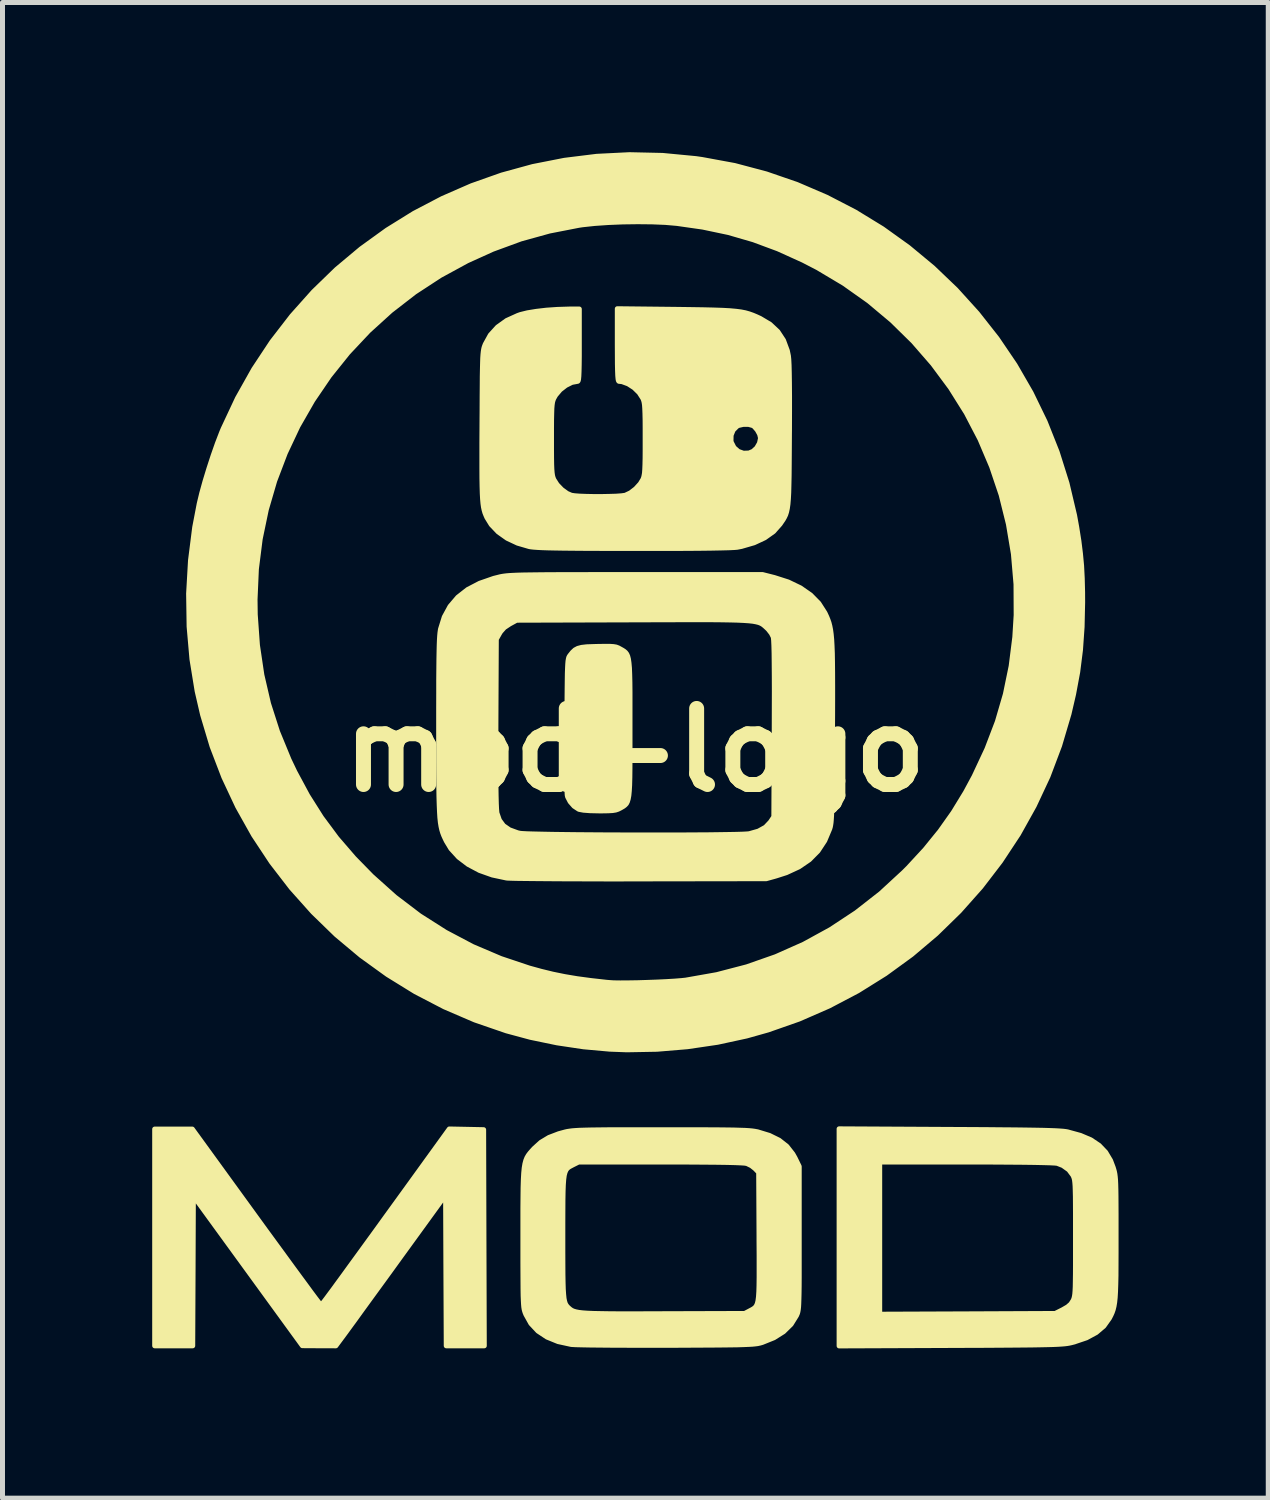
<source format=kicad_pcb>
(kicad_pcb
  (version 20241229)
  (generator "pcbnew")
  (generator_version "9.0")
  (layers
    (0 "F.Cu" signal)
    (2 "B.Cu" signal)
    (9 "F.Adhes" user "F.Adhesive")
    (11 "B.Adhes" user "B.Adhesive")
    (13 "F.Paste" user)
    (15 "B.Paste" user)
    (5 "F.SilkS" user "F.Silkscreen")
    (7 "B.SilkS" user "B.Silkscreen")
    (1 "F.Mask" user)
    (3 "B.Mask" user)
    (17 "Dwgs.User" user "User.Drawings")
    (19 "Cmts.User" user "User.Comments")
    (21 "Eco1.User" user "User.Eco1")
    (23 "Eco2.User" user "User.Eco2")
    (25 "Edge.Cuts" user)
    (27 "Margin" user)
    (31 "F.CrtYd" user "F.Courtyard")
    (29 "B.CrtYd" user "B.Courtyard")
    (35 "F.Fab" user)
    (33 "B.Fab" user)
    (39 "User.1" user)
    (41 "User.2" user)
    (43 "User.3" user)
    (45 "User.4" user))
  (footprint "mod-logo"
    (layer "F.Cu")
    (at 9.677 11.982)
    (property "Reference" "mod-logo" (at 0 0 0) (layer "F.SilkS") (effects (font (size 1.524 1.524) (thickness 0.3))))
    (attr through_hole)
    (fp_poly (pts (xy -3.022 11.938) (xy -3.403 11.938) (xy -3.784 11.938) (xy -3.791 10.425) (xy -3.797 8.912) (xy -4.724 10.19) (xy -4.893 10.424) (xy -5.058 10.651) (xy -5.216 10.868) (xy -5.363 11.07) (xy -5.496 11.253) (xy -5.611 11.413) (xy -5.707 11.544) (xy -5.779 11.643) (xy -5.823 11.703) (xy -5.997 11.938) (xy -6.332 11.937) (xy -6.668 11.935) (xy -7.76 10.433) (xy -8.852 8.931) (xy -8.858 10.434) (xy -8.865 11.938) (xy -9.246 11.938) (xy -9.627 11.938) (xy -9.627 9.766) (xy -9.627 7.595) (xy -9.25 7.595) (xy -8.873 7.595) (xy -7.593 9.359) (xy -7.4 9.625) (xy -7.215 9.878) (xy -7.041 10.116) (xy -6.88 10.337) (xy -6.734 10.536) (xy -6.605 10.711) (xy -6.496 10.86) (xy -6.408 10.978) (xy -6.343 11.063) (xy -6.305 11.113) (xy -6.295 11.124) (xy -6.287 11.117) (xy -6.268 11.094) (xy -6.236 11.054) (xy -6.191 10.995) (xy -6.131 10.914) (xy -6.055 10.812) (xy -5.962 10.684) (xy -5.85 10.531) (xy -5.719 10.35) (xy -5.566 10.14) (xy -5.391 9.899) (xy -5.192 9.625) (xy -4.969 9.316) (xy -4.719 8.971) (xy -4.442 8.588) (xy -4.169 8.21) (xy -3.723 7.593) (xy -3.379 7.6) (xy -3.035 7.607) (xy -3.029 9.773) (xy -3.022 11.938)) (stroke (width 0.1) (type solid)) (fill yes) (layer "F.SilkS"))
    (fp_poly (pts (xy -0.102 -0.649) (xy -0.102 -0.432) (xy -0.102 -0.121) (xy -0.102 0.144) (xy -0.103 0.366) (xy -0.105 0.549) (xy -0.109 0.698) (xy -0.116 0.817) (xy -0.125 0.91) (xy -0.138 0.98) (xy -0.154 1.033) (xy -0.174 1.072) (xy -0.2 1.1) (xy -0.23 1.124) (xy -0.267 1.146) (xy -0.295 1.162) (xy -0.341 1.185) (xy -0.389 1.201) (xy -0.45 1.211) (xy -0.536 1.216) (xy -0.656 1.218) (xy -0.724 1.218) (xy -0.903 1.214) (xy -1.035 1.204) (xy -1.119 1.188) (xy -1.132 1.183) (xy -1.223 1.123) (xy -1.301 1.034) (xy -1.352 0.936) (xy -1.359 0.907) (xy -1.362 0.867) (xy -1.364 0.78) (xy -1.366 0.653) (xy -1.367 0.491) (xy -1.368 0.298) (xy -1.368 0.079) (xy -1.368 -0.159) (xy -1.367 -0.412) (xy -1.366 -0.5) (xy -1.365 -0.793) (xy -1.363 -1.04) (xy -1.361 -1.245) (xy -1.359 -1.411) (xy -1.357 -1.544) (xy -1.353 -1.648) (xy -1.349 -1.727) (xy -1.344 -1.784) (xy -1.337 -1.825) (xy -1.33 -1.854) (xy -1.32 -1.875) (xy -1.309 -1.892) (xy -1.307 -1.895) (xy -1.255 -1.96) (xy -1.205 -2.007) (xy -1.147 -2.038) (xy -1.072 -2.058) (xy -0.969 -2.07) (xy -0.83 -2.075) (xy -0.754 -2.077) (xy -0.61 -2.079) (xy -0.506 -2.079) (xy -0.433 -2.074) (xy -0.38 -2.065) (xy -0.337 -2.049) (xy -0.295 -2.026) (xy -0.254 -2.003) (xy -0.22 -1.981) (xy -0.191 -1.956) (xy -0.167 -1.924) (xy -0.148 -1.881) (xy -0.133 -1.823) (xy -0.122 -1.746) (xy -0.113 -1.645) (xy -0.108 -1.517) (xy -0.104 -1.358) (xy -0.102 -1.163) (xy -0.102 -0.928) (xy -0.102 -0.649)) (stroke (width 0.1) (type solid)) (fill yes) (layer "F.SilkS"))
    (fp_poly (pts (xy 9.639 9.766) (xy 9.639 10.066) (xy 9.638 10.32) (xy 9.637 10.533) (xy 9.633 10.709) (xy 9.628 10.853) (xy 9.621 10.971) (xy 9.611 11.066) (xy 9.598 11.144) (xy 9.582 11.21) (xy 9.562 11.268) (xy 9.538 11.322) (xy 9.509 11.379) (xy 9.504 11.387) (xy 9.394 11.542) (xy 9.241 11.672) (xy 9.045 11.778) (xy 8.826 11.852) (xy 8.826 9.779) (xy 8.826 9.506) (xy 8.826 9.279) (xy 8.825 9.093) (xy 8.824 8.944) (xy 8.821 8.827) (xy 8.818 8.736) (xy 8.813 8.669) (xy 8.807 8.618) (xy 8.799 8.581) (xy 8.789 8.552) (xy 8.777 8.526) (xy 8.776 8.522) (xy 8.693 8.411) (xy 8.573 8.325) (xy 8.461 8.281) (xy 8.416 8.276) (xy 8.322 8.271) (xy 8.182 8.267) (xy 7.998 8.263) (xy 7.771 8.26) (xy 7.505 8.258) (xy 7.2 8.256) (xy 6.86 8.255) (xy 6.636 8.255) (xy 4.902 8.255) (xy 4.902 9.78) (xy 4.902 11.305) (xy 6.661 11.298) (xy 8.42 11.29) (xy 8.571 11.214) (xy 8.669 11.157) (xy 8.734 11.1) (xy 8.775 11.036) (xy 8.787 11.011) (xy 8.797 10.983) (xy 8.805 10.948) (xy 8.812 10.901) (xy 8.817 10.838) (xy 8.821 10.754) (xy 8.823 10.644) (xy 8.825 10.503) (xy 8.826 10.326) (xy 8.826 10.11) (xy 8.826 9.849) (xy 8.826 9.779) (xy 8.826 11.852) (xy 8.804 11.86) (xy 8.737 11.877) (xy 8.7 11.885) (xy 8.659 11.892) (xy 8.609 11.898) (xy 8.548 11.903) (xy 8.472 11.908) (xy 8.377 11.912) (xy 8.261 11.915) (xy 8.12 11.918) (xy 7.951 11.921) (xy 7.749 11.923) (xy 7.513 11.925) (xy 7.237 11.927) (xy 6.92 11.929) (xy 6.557 11.93) (xy 6.318 11.931) (xy 4.089 11.94) (xy 4.089 9.765) (xy 4.089 7.59) (xy 6.293 7.602) (xy 6.689 7.604) (xy 7.038 7.606) (xy 7.343 7.609) (xy 7.606 7.611) (xy 7.832 7.614) (xy 8.023 7.617) (xy 8.183 7.62) (xy 8.315 7.624) (xy 8.422 7.628) (xy 8.507 7.633) (xy 8.575 7.638) (xy 8.627 7.644) (xy 8.667 7.651) (xy 8.674 7.653) (xy 8.925 7.722) (xy 9.132 7.81) (xy 9.299 7.922) (xy 9.43 8.059) (xy 9.529 8.225) (xy 9.582 8.365) (xy 9.595 8.408) (xy 9.606 8.449) (xy 9.615 8.494) (xy 9.622 8.547) (xy 9.628 8.613) (xy 9.632 8.696) (xy 9.635 8.803) (xy 9.637 8.937) (xy 9.638 9.104) (xy 9.639 9.308) (xy 9.639 9.554) (xy 9.639 9.766)) (stroke (width 0.1) (type solid)) (fill yes) (layer "F.SilkS"))
    (fp_poly (pts (xy 3.289 9.778) (xy 3.289 10.085) (xy 3.289 10.344) (xy 3.289 10.562) (xy 3.288 10.741) (xy 3.286 10.886) (xy 3.283 11.002) (xy 3.28 11.092) (xy 3.276 11.161) (xy 3.27 11.214) (xy 3.263 11.253) (xy 3.255 11.284) (xy 3.244 11.31) (xy 3.234 11.333) (xy 3.126 11.507) (xy 2.975 11.655) (xy 2.783 11.776) (xy 2.55 11.87) (xy 2.526 11.877) (xy 2.493 11.886) (xy 2.486 11.887) (xy 2.486 10.361) (xy 2.486 10.12) (xy 2.484 9.833) (xy 2.484 9.742) (xy 2.477 8.462) (xy 2.405 8.387) (xy 2.332 8.329) (xy 2.246 8.287) (xy 2.237 8.284) (xy 2.196 8.277) (xy 2.118 8.272) (xy 2.001 8.267) (xy 1.845 8.263) (xy 1.645 8.26) (xy 1.402 8.258) (xy 1.113 8.256) (xy 0.777 8.255) (xy 0.504 8.255) (xy -1.132 8.255) (xy -1.246 8.312) (xy -1.29 8.335) (xy -1.327 8.356) (xy -1.358 8.381) (xy -1.383 8.414) (xy -1.403 8.459) (xy -1.419 8.52) (xy -1.43 8.602) (xy -1.438 8.71) (xy -1.443 8.846) (xy -1.446 9.017) (xy -1.447 9.225) (xy -1.448 9.476) (xy -1.448 9.761) (xy -1.448 10.053) (xy -1.447 10.299) (xy -1.446 10.503) (xy -1.443 10.669) (xy -1.439 10.803) (xy -1.432 10.907) (xy -1.424 10.988) (xy -1.412 11.048) (xy -1.398 11.093) (xy -1.379 11.127) (xy -1.357 11.155) (xy -1.331 11.18) (xy -1.324 11.186) (xy -1.298 11.208) (xy -1.268 11.228) (xy -1.232 11.244) (xy -1.187 11.257) (xy -1.127 11.269) (xy -1.049 11.278) (xy -0.95 11.285) (xy -0.826 11.29) (xy -0.673 11.293) (xy -0.488 11.296) (xy -0.265 11.297) (xy -0.003 11.297) (xy 0.304 11.296) (xy 0.584 11.295) (xy 2.197 11.29) (xy 2.305 11.233) (xy 2.345 11.212) (xy 2.379 11.191) (xy 2.407 11.168) (xy 2.43 11.137) (xy 2.449 11.095) (xy 2.463 11.037) (xy 2.473 10.959) (xy 2.48 10.856) (xy 2.484 10.725) (xy 2.486 10.562) (xy 2.486 10.361) (xy 2.486 11.887) (xy 2.454 11.894) (xy 2.407 11.9) (xy 2.347 11.906) (xy 2.271 11.91) (xy 2.174 11.914) (xy 2.053 11.918) (xy 1.904 11.92) (xy 1.723 11.922) (xy 1.506 11.924) (xy 1.25 11.925) (xy 0.95 11.927) (xy 0.622 11.928) (xy 0.324 11.928) (xy 0.037 11.928) (xy -0.233 11.927) (xy -0.483 11.926) (xy -0.707 11.924) (xy -0.902 11.922) (xy -1.062 11.919) (xy -1.182 11.916) (xy -1.26 11.912) (xy -1.282 11.91) (xy -1.543 11.853) (xy -1.764 11.763) (xy -1.946 11.642) (xy -2.088 11.49) (xy -2.19 11.307) (xy -2.191 11.303) (xy -2.204 11.272) (xy -2.214 11.241) (xy -2.223 11.206) (xy -2.23 11.163) (xy -2.235 11.107) (xy -2.239 11.033) (xy -2.243 10.939) (xy -2.245 10.818) (xy -2.246 10.667) (xy -2.247 10.481) (xy -2.248 10.256) (xy -2.248 9.988) (xy -2.248 9.779) (xy -2.248 9.461) (xy -2.248 9.189) (xy -2.246 8.959) (xy -2.244 8.767) (xy -2.239 8.609) (xy -2.232 8.48) (xy -2.222 8.376) (xy -2.208 8.292) (xy -2.19 8.224) (xy -2.168 8.169) (xy -2.14 8.121) (xy -2.107 8.077) (xy -2.067 8.031) (xy -2.024 7.984) (xy -1.887 7.86) (xy -1.726 7.763) (xy -1.53 7.688) (xy -1.398 7.652) (xy -1.357 7.643) (xy -1.311 7.636) (xy -1.258 7.629) (xy -1.192 7.624) (xy -1.11 7.619) (xy -1.008 7.616) (xy -0.883 7.613) (xy -0.729 7.611) (xy -0.544 7.609) (xy -0.323 7.608) (xy -0.063 7.608) (xy 0.241 7.608) (xy 0.533 7.608) (xy 0.879 7.608) (xy 1.178 7.608) (xy 1.434 7.609) (xy 1.65 7.61) (xy 1.832 7.612) (xy 1.982 7.614) (xy 2.104 7.618) (xy 2.203 7.621) (xy 2.282 7.626) (xy 2.345 7.632) (xy 2.396 7.639) (xy 2.439 7.647) (xy 2.455 7.65) (xy 2.691 7.722) (xy 2.886 7.818) (xy 3.041 7.94) (xy 3.161 8.093) (xy 3.206 8.173) (xy 3.289 8.343) (xy 3.289 9.778)) (stroke (width 0.1) (type solid)) (fill yes) (layer "F.SilkS"))
    (fp_poly (pts (xy 3.959 -1.302) (xy 3.959 -1.015) (xy 3.958 -0.685) (xy 3.956 -0.35) (xy 3.955 -0.003) (xy 3.953 0.297) (xy 3.951 0.553) (xy 3.949 0.771) (xy 3.947 0.952) (xy 3.944 1.101) (xy 3.941 1.222) (xy 3.937 1.319) (xy 3.932 1.395) (xy 3.927 1.454) (xy 3.92 1.5) (xy 3.913 1.537) (xy 3.904 1.568) (xy 3.902 1.575) (xy 3.801 1.815) (xy 3.665 2.022) (xy 3.493 2.196) (xy 3.282 2.34) (xy 3.031 2.456) (xy 2.832 2.52) (xy 2.791 2.532) (xy 2.791 -1.175) (xy 2.79 -1.478) (xy 2.788 -1.732) (xy 2.786 -1.936) (xy 2.782 -2.092) (xy 2.777 -2.198) (xy 2.771 -2.257) (xy 2.77 -2.264) (xy 2.732 -2.34) (xy 2.67 -2.42) (xy 2.642 -2.447) (xy 2.612 -2.475) (xy 2.583 -2.5) (xy 2.554 -2.522) (xy 2.52 -2.541) (xy 2.48 -2.557) (xy 2.428 -2.57) (xy 2.364 -2.582) (xy 2.282 -2.591) (xy 2.181 -2.598) (xy 2.057 -2.604) (xy 1.906 -2.608) (xy 1.726 -2.611) (xy 1.514 -2.613) (xy 1.266 -2.613) (xy 0.979 -2.613) (xy 0.65 -2.612) (xy 0.276 -2.611) (xy -0.053 -2.61) (xy -2.375 -2.603) (xy -2.514 -2.527) (xy -2.621 -2.456) (xy -2.695 -2.373) (xy -2.717 -2.337) (xy -2.781 -2.223) (xy -2.789 -0.548) (xy -2.79 -0.159) (xy -2.79 0.181) (xy -2.789 0.473) (xy -2.788 0.717) (xy -2.785 0.916) (xy -2.781 1.07) (xy -2.776 1.18) (xy -2.77 1.248) (xy -2.768 1.262) (xy -2.719 1.404) (xy -2.638 1.514) (xy -2.518 1.597) (xy -2.357 1.656) (xy -2.311 1.667) (xy -2.262 1.672) (xy -2.166 1.677) (xy -2.029 1.681) (xy -1.855 1.685) (xy -1.649 1.689) (xy -1.415 1.692) (xy -1.158 1.695) (xy -0.883 1.697) (xy -0.594 1.699) (xy -0.296 1.7) (xy 0.006 1.701) (xy 0.308 1.701) (xy 0.605 1.701) (xy 0.892 1.701) (xy 1.166 1.699) (xy 1.42 1.698) (xy 1.651 1.695) (xy 1.854 1.692) (xy 2.024 1.689) (xy 2.157 1.685) (xy 2.248 1.68) (xy 2.288 1.676) (xy 2.472 1.624) (xy 2.614 1.545) (xy 2.713 1.44) (xy 2.781 1.337) (xy 2.789 -0.417) (xy 2.79 -0.821) (xy 2.791 -1.175) (xy 2.791 2.532) (xy 2.629 2.577) (xy 0.102 2.581) (xy -0.256 2.582) (xy -0.601 2.582) (xy -0.931 2.581) (xy -1.241 2.58) (xy -1.529 2.579) (xy -1.789 2.577) (xy -2.019 2.575) (xy -2.215 2.573) (xy -2.373 2.571) (xy -2.489 2.568) (xy -2.56 2.565) (xy -2.578 2.563) (xy -2.86 2.503) (xy -3.116 2.412) (xy -3.344 2.291) (xy -3.536 2.145) (xy -3.69 1.976) (xy -3.782 1.824) (xy -3.81 1.766) (xy -3.835 1.711) (xy -3.856 1.656) (xy -3.874 1.596) (xy -3.889 1.529) (xy -3.902 1.449) (xy -3.912 1.354) (xy -3.919 1.239) (xy -3.925 1.101) (xy -3.93 0.935) (xy -3.933 0.739) (xy -3.935 0.507) (xy -3.936 0.236) (xy -3.936 -0.077) (xy -3.936 -0.438) (xy -3.936 -0.47) (xy -3.936 -0.826) (xy -3.935 -1.136) (xy -3.935 -1.402) (xy -3.933 -1.628) (xy -3.931 -1.817) (xy -3.928 -1.975) (xy -3.925 -2.103) (xy -3.921 -2.206) (xy -3.916 -2.288) (xy -3.91 -2.352) (xy -3.903 -2.401) (xy -3.899 -2.425) (xy -3.824 -2.667) (xy -3.708 -2.88) (xy -3.552 -3.063) (xy -3.354 -3.218) (xy -3.114 -3.343) (xy -2.832 -3.441) (xy -2.7 -3.474) (xy -2.664 -3.481) (xy -2.624 -3.487) (xy -2.575 -3.493) (xy -2.516 -3.498) (xy -2.443 -3.502) (xy -2.353 -3.506) (xy -2.243 -3.509) (xy -2.109 -3.511) (xy -1.948 -3.513) (xy -1.757 -3.515) (xy -1.534 -3.516) (xy -1.274 -3.517) (xy -0.975 -3.517) (xy -0.634 -3.518) (xy -0.247 -3.518) (xy 0.025 -3.518) (xy 2.553 -3.518) (xy 2.79 -3.458) (xy 3.068 -3.369) (xy 3.311 -3.252) (xy 3.517 -3.109) (xy 3.682 -2.941) (xy 3.803 -2.752) (xy 3.813 -2.732) (xy 3.841 -2.671) (xy 3.865 -2.612) (xy 3.886 -2.552) (xy 3.903 -2.486) (xy 3.918 -2.41) (xy 3.93 -2.322) (xy 3.94 -2.216) (xy 3.947 -2.09) (xy 3.953 -1.94) (xy 3.956 -1.761) (xy 3.958 -1.549) (xy 3.959 -1.302)) (stroke (width 0.1) (type solid)) (fill yes) (layer "F.SilkS"))
    (fp_poly (pts (xy 8.969 -2.959) (xy 8.958 -2.469) (xy 8.926 -2.01) (xy 8.87 -1.566) (xy 8.787 -1.12) (xy 8.695 -0.724) (xy 8.507 -0.09) (xy 8.275 0.525) (xy 7.998 1.117) (xy 7.681 1.686) (xy 7.637 1.752) (xy 7.637 -2.705) (xy 7.634 -3.323) (xy 7.582 -3.932) (xy 7.482 -4.529) (xy 7.337 -5.113) (xy 7.146 -5.68) (xy 6.913 -6.229) (xy 6.638 -6.757) (xy 6.322 -7.261) (xy 5.967 -7.74) (xy 5.575 -8.191) (xy 5.147 -8.611) (xy 4.684 -8.999) (xy 4.187 -9.351) (xy 3.659 -9.666) (xy 3.365 -9.818) (xy 2.866 -10.044) (xy 2.373 -10.227) (xy 1.874 -10.372) (xy 1.357 -10.481) (xy 0.838 -10.555) (xy 0.608 -10.575) (xy 0.342 -10.586) (xy 0.053 -10.589) (xy -0.244 -10.585) (xy -0.537 -10.573) (xy -0.812 -10.554) (xy -1.054 -10.528) (xy -1.128 -10.517) (xy -1.717 -10.402) (xy -2.291 -10.243) (xy -2.855 -10.036) (xy -3.365 -9.805) (xy -3.907 -9.51) (xy -4.418 -9.176) (xy -4.897 -8.805) (xy -5.342 -8.401) (xy -5.752 -7.965) (xy -6.125 -7.5) (xy -6.46 -7.008) (xy -6.756 -6.492) (xy -7.01 -5.953) (xy -7.222 -5.396) (xy -7.39 -4.821) (xy -7.513 -4.231) (xy -7.589 -3.63) (xy -7.616 -3.018) (xy -7.612 -2.718) (xy -7.568 -2.102) (xy -7.48 -1.508) (xy -7.346 -0.931) (xy -7.165 -0.367) (xy -6.936 0.19) (xy -6.818 0.437) (xy -6.563 0.911) (xy -6.285 1.351) (xy -5.977 1.766) (xy -5.632 2.166) (xy -5.279 2.527) (xy -4.813 2.944) (xy -4.32 3.319) (xy -3.801 3.649) (xy -3.258 3.936) (xy -2.692 4.177) (xy -2.125 4.367) (xy -1.882 4.434) (xy -1.648 4.491) (xy -1.413 4.539) (xy -1.164 4.581) (xy -0.889 4.618) (xy -0.578 4.653) (xy -0.521 4.658) (xy -0.429 4.664) (xy -0.297 4.666) (xy -0.134 4.665) (xy 0.05 4.662) (xy 0.244 4.656) (xy 0.439 4.649) (xy 0.626 4.64) (xy 0.793 4.63) (xy 0.931 4.619) (xy 1.016 4.61) (xy 1.638 4.5) (xy 2.24 4.343) (xy 2.822 4.139) (xy 3.382 3.89) (xy 3.92 3.595) (xy 4.434 3.256) (xy 4.924 2.873) (xy 5.387 2.446) (xy 5.475 2.358) (xy 5.813 1.992) (xy 6.11 1.626) (xy 6.377 1.249) (xy 6.622 0.848) (xy 6.796 0.525) (xy 7.052 -0.023) (xy 7.26 -0.568) (xy 7.421 -1.12) (xy 7.537 -1.683) (xy 7.61 -2.264) (xy 7.637 -2.705) (xy 7.637 1.752) (xy 7.323 2.228) (xy 6.929 2.742) (xy 6.498 3.227) (xy 6.035 3.679) (xy 5.54 4.098) (xy 5.015 4.48) (xy 4.464 4.824) (xy 3.886 5.128) (xy 3.286 5.39) (xy 2.664 5.608) (xy 2.235 5.729) (xy 1.653 5.855) (xy 1.049 5.944) (xy 0.438 5.995) (xy -0.167 6.006) (xy -0.508 5.993) (xy -1.031 5.946) (xy -1.566 5.866) (xy -2.096 5.756) (xy -2.578 5.626) (xy -3.211 5.408) (xy -3.82 5.146) (xy -4.405 4.842) (xy -4.962 4.498) (xy -5.491 4.116) (xy -5.99 3.698) (xy -6.456 3.245) (xy -6.888 2.761) (xy -7.285 2.246) (xy -7.644 1.703) (xy -7.963 1.134) (xy -8.241 0.541) (xy -8.477 -0.075) (xy -8.667 -0.71) (xy -8.776 -1.181) (xy -8.88 -1.821) (xy -8.937 -2.474) (xy -8.947 -3.136) (xy -8.909 -3.801) (xy -8.825 -4.465) (xy -8.734 -4.94) (xy -8.684 -5.148) (xy -8.618 -5.387) (xy -8.54 -5.643) (xy -8.456 -5.901) (xy -8.37 -6.146) (xy -8.287 -6.362) (xy -8.255 -6.439) (xy -7.968 -7.051) (xy -7.641 -7.633) (xy -7.277 -8.183) (xy -6.877 -8.701) (xy -6.445 -9.185) (xy -5.982 -9.634) (xy -5.49 -10.046) (xy -4.971 -10.421) (xy -4.428 -10.758) (xy -3.862 -11.054) (xy -3.276 -11.31) (xy -2.671 -11.524) (xy -2.051 -11.694) (xy -1.416 -11.819) (xy -0.77 -11.899) (xy -0.113 -11.932) (xy 0.551 -11.917) (xy 1.22 -11.853) (xy 1.343 -11.835) (xy 1.994 -11.715) (xy 2.627 -11.547) (xy 3.242 -11.335) (xy 3.836 -11.08) (xy 4.408 -10.784) (xy 4.955 -10.449) (xy 5.475 -10.076) (xy 5.967 -9.668) (xy 6.429 -9.226) (xy 6.858 -8.752) (xy 7.254 -8.249) (xy 7.614 -7.718) (xy 7.936 -7.16) (xy 8.218 -6.578) (xy 8.458 -5.974) (xy 8.655 -5.349) (xy 8.807 -4.706) (xy 8.851 -4.463) (xy 8.894 -4.191) (xy 8.925 -3.94) (xy 8.948 -3.696) (xy 8.961 -3.443) (xy 8.968 -3.166) (xy 8.969 -2.959)) (stroke (width 0.1) (type solid)) (fill yes) (layer "F.SilkS"))
    (fp_poly (pts (xy 3.095 -6.786) (xy 3.094 -6.432) (xy 3.093 -6.325) (xy 3.091 -6.008) (xy 3.089 -5.737) (xy 3.087 -5.508) (xy 3.083 -5.317) (xy 3.079 -5.16) (xy 3.072 -5.031) (xy 3.063 -4.927) (xy 3.051 -4.843) (xy 3.036 -4.774) (xy 3.018 -4.717) (xy 2.995 -4.668) (xy 2.968 -4.62) (xy 2.935 -4.572) (xy 2.906 -4.529) (xy 2.774 -4.38) (xy 2.598 -4.255) (xy 2.515 -4.216) (xy 2.515 -6.252) (xy 2.496 -6.33) (xy 2.449 -6.415) (xy 2.389 -6.484) (xy 2.36 -6.504) (xy 2.273 -6.528) (xy 2.169 -6.528) (xy 2.073 -6.506) (xy 2.041 -6.489) (xy 1.965 -6.412) (xy 1.924 -6.309) (xy 1.922 -6.198) (xy 1.928 -6.169) (xy 1.983 -6.061) (xy 2.068 -5.986) (xy 2.171 -5.949) (xy 2.282 -5.953) (xy 2.364 -5.987) (xy 2.438 -6.055) (xy 2.493 -6.151) (xy 2.514 -6.25) (xy 2.515 -6.252) (xy 2.515 -4.216) (xy 2.384 -4.155) (xy 2.133 -4.082) (xy 2.046 -4.065) (xy 1.988 -4.06) (xy 1.879 -4.055) (xy 1.722 -4.051) (xy 1.519 -4.047) (xy 1.269 -4.044) (xy 0.974 -4.042) (xy 0.636 -4.041) (xy 0.256 -4.041) (xy -0.024 -4.041) (xy -0.397 -4.041) (xy -0.722 -4.042) (xy -1.004 -4.043) (xy -1.245 -4.045) (xy -1.449 -4.047) (xy -1.619 -4.05) (xy -1.759 -4.053) (xy -1.873 -4.057) (xy -1.963 -4.062) (xy -2.033 -4.067) (xy -2.087 -4.073) (xy -2.121 -4.079) (xy -2.354 -4.147) (xy -2.563 -4.245) (xy -2.741 -4.371) (xy -2.882 -4.519) (xy -2.97 -4.662) (xy -2.991 -4.71) (xy -3.01 -4.758) (xy -3.025 -4.81) (xy -3.038 -4.87) (xy -3.048 -4.942) (xy -3.056 -5.032) (xy -3.062 -5.142) (xy -3.066 -5.278) (xy -3.069 -5.442) (xy -3.07 -5.641) (xy -3.07 -5.877) (xy -3.07 -6.156) (xy -3.068 -6.481) (xy -3.068 -6.503) (xy -3.066 -6.815) (xy -3.065 -7.08) (xy -3.063 -7.303) (xy -3.062 -7.488) (xy -3.059 -7.638) (xy -3.056 -7.759) (xy -3.053 -7.855) (xy -3.048 -7.928) (xy -3.042 -7.985) (xy -3.035 -8.029) (xy -3.027 -8.065) (xy -3.017 -8.095) (xy -3.005 -8.126) (xy -3.003 -8.132) (xy -2.901 -8.317) (xy -2.756 -8.477) (xy -2.572 -8.609) (xy -2.349 -8.71) (xy -2.295 -8.729) (xy -2.157 -8.763) (xy -1.98 -8.792) (xy -1.775 -8.816) (xy -1.556 -8.831) (xy -1.333 -8.838) (xy -1.302 -8.839) (xy -1.118 -8.839) (xy -1.118 -8.115) (xy -1.118 -7.895) (xy -1.12 -7.721) (xy -1.123 -7.588) (xy -1.127 -7.494) (xy -1.133 -7.432) (xy -1.141 -7.4) (xy -1.149 -7.391) (xy -1.267 -7.369) (xy -1.389 -7.308) (xy -1.502 -7.22) (xy -1.593 -7.112) (xy -1.629 -7.048) (xy -1.643 -7.014) (xy -1.654 -6.973) (xy -1.662 -6.919) (xy -1.668 -6.847) (xy -1.671 -6.749) (xy -1.674 -6.62) (xy -1.675 -6.453) (xy -1.675 -6.242) (xy -1.675 -6.236) (xy -1.675 -6.023) (xy -1.674 -5.855) (xy -1.672 -5.725) (xy -1.668 -5.627) (xy -1.662 -5.554) (xy -1.654 -5.5) (xy -1.643 -5.459) (xy -1.629 -5.424) (xy -1.629 -5.423) (xy -1.563 -5.319) (xy -1.469 -5.221) (xy -1.363 -5.144) (xy -1.278 -5.107) (xy -1.213 -5.097) (xy -1.109 -5.089) (xy -0.976 -5.084) (xy -0.825 -5.081) (xy -0.668 -5.081) (xy -0.517 -5.084) (xy -0.381 -5.088) (xy -0.272 -5.096) (xy -0.201 -5.106) (xy -0.195 -5.107) (xy -0.092 -5.156) (xy 0.013 -5.237) (xy 0.104 -5.337) (xy 0.156 -5.423) (xy 0.17 -5.458) (xy 0.18 -5.499) (xy 0.189 -5.552) (xy 0.194 -5.624) (xy 0.198 -5.722) (xy 0.201 -5.851) (xy 0.202 -6.018) (xy 0.202 -6.229) (xy 0.202 -6.236) (xy 0.202 -6.448) (xy 0.201 -6.616) (xy 0.198 -6.746) (xy 0.194 -6.845) (xy 0.189 -6.918) (xy 0.181 -6.971) (xy 0.17 -7.013) (xy 0.156 -7.048) (xy 0.156 -7.048) (xy 0.083 -7.162) (xy -0.019 -7.262) (xy -0.138 -7.339) (xy -0.26 -7.384) (xy -0.324 -7.391) (xy -0.334 -7.402) (xy -0.341 -7.438) (xy -0.347 -7.503) (xy -0.351 -7.602) (xy -0.354 -7.739) (xy -0.355 -7.919) (xy -0.356 -8.118) (xy -0.356 -8.845) (xy 0.806 -8.832) (xy 1.105 -8.828) (xy 1.359 -8.824) (xy 1.571 -8.819) (xy 1.749 -8.813) (xy 1.896 -8.805) (xy 2.018 -8.794) (xy 2.12 -8.781) (xy 2.207 -8.764) (xy 2.285 -8.742) (xy 2.358 -8.716) (xy 2.432 -8.685) (xy 2.506 -8.651) (xy 2.704 -8.533) (xy 2.859 -8.388) (xy 2.974 -8.213) (xy 3.051 -8.005) (xy 3.073 -7.899) (xy 3.08 -7.831) (xy 3.086 -7.716) (xy 3.09 -7.556) (xy 3.093 -7.348) (xy 3.095 -7.091) (xy 3.095 -6.786)) (stroke (width 0.1) (type solid)) (fill yes) (layer "F.SilkS")))
  (gr_rect
    (start -3 -3)
    (end 22.366 26.973)
    (stroke (width 0.1) (type default))
    (fill no)
    (layer "Edge.Cuts")))
</source>
